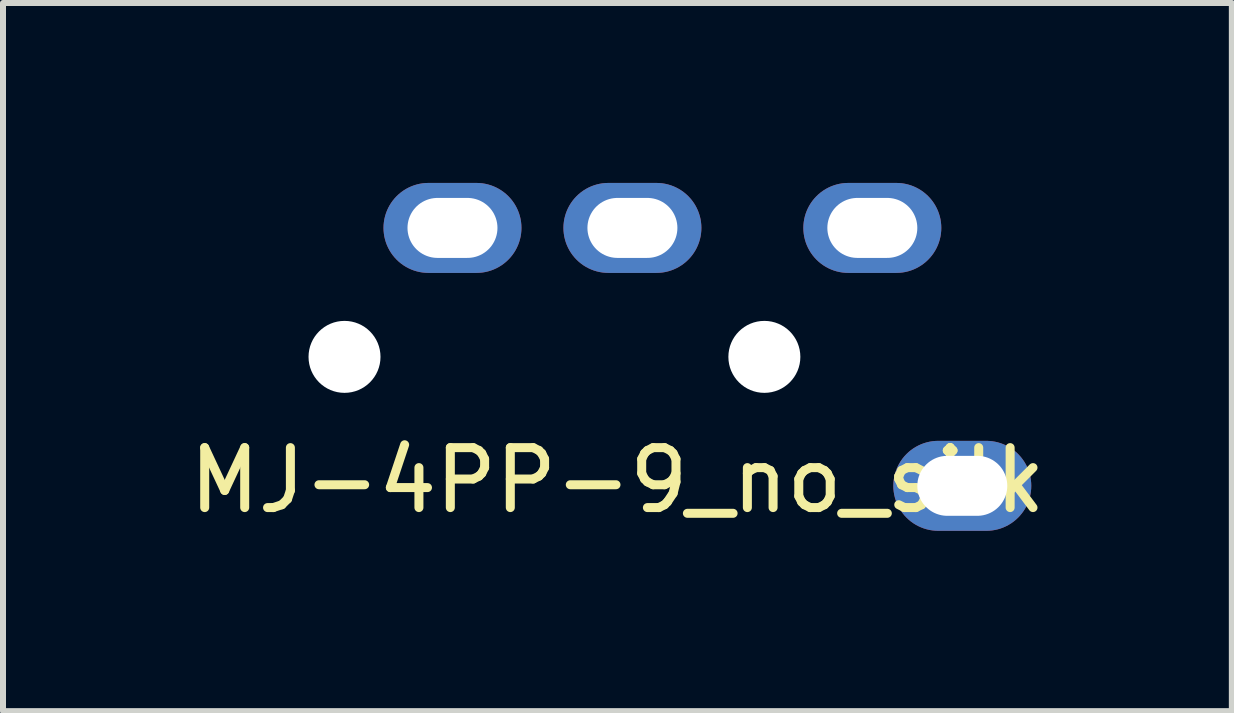
<source format=kicad_pcb>
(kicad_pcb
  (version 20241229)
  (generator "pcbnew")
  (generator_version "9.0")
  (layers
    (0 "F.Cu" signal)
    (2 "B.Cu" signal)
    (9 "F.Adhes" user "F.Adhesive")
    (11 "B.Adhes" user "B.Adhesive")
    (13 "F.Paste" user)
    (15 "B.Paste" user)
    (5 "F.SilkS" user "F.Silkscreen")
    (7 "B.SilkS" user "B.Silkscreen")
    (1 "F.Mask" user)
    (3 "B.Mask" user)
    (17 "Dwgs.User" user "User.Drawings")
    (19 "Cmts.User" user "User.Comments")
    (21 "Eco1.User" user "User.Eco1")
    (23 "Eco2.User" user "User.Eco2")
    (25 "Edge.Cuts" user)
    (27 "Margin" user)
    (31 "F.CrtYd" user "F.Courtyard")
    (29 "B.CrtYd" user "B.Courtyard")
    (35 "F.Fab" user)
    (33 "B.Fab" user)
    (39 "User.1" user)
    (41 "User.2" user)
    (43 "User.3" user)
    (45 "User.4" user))
  (footprint "MJ-4PP-9_no_silk"
    (layer "F.Cu")
    (at 7.244 2.85)
    (property "Reference" "MJ-4PP-9_no_silk" (at 0 2.108 0) (layer "F.SilkS") (effects (font (size 1 1) (thickness 0.15))))
    (attr through_hole)
    (pad "" np_thru_hole circle (at -4.55 0.05) (size 1.2 1.2) (drill 1.2) (layers "*.Cu" "*.Mask"))
    (pad "" np_thru_hole circle (at 2.45 0.05) (size 1.2 1.2) (drill 1.2) (layers "*.Cu" "*.Mask"))
    (pad "1" thru_hole oval (at 5.75 2.2) (size 2.3 1.5) (drill oval 1.5 1) (layers "*.Cu" "*.Mask"))
    (pad "2" thru_hole oval (at -2.75 -2.1) (size 2.3 1.5) (drill oval 1.5 1) (layers "*.Cu" "*.Mask"))
    (pad "3" thru_hole oval (at 0.25 -2.1) (size 2.3 1.5) (drill oval 1.5 1) (layers "*.Cu" "*.Mask"))
    (pad "4" thru_hole oval (at 4.25 -2.1) (size 2.3 1.5) (drill oval 1.5 1) (layers "*.Cu" "*.Mask")))
  (gr_rect
    (start -3 -3)
    (end 17.488 8.806)
    (stroke (width 0.1) (type default))
    (fill no)
    (layer "Edge.Cuts")))
</source>
